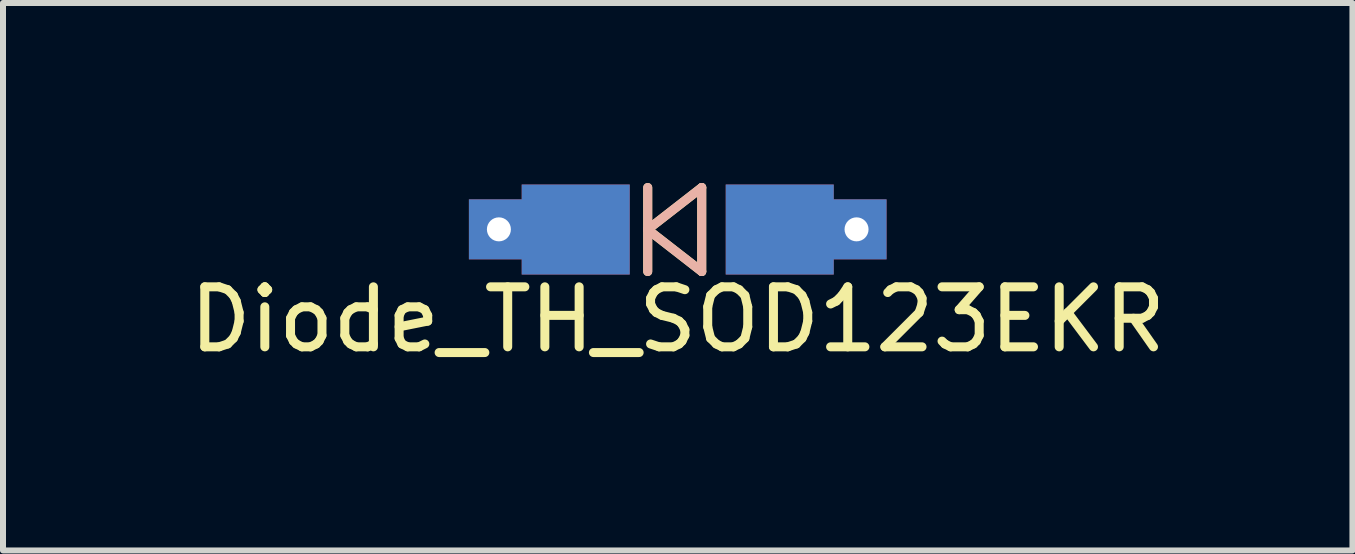
<source format=kicad_pcb>
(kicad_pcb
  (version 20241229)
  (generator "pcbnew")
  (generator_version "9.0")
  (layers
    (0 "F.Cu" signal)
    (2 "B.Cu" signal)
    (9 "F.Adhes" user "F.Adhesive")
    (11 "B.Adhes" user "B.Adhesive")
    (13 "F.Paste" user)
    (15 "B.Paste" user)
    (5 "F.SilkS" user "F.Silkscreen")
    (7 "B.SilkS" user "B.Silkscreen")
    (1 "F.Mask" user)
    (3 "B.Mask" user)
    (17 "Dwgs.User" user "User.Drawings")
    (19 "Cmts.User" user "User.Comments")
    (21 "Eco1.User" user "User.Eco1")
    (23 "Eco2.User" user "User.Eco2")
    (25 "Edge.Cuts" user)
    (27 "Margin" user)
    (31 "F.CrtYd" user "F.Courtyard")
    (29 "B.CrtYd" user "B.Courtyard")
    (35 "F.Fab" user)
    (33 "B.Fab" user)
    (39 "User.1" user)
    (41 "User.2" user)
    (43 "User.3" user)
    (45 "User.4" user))
  (footprint "Diode_TH_SOD123EKR"
    (placed yes)
    (layer "F.Cu")
    (at 8.244 0.775)
    (property "Reference" "Diode_TH_SOD123EKR" (at 0 1.5 0) (layer "F.SilkS") (effects (font (size 1 1) (thickness 0.15))))
    (attr through_hole)
    (fp_line (start -0.5 -0.7) (end -0.5 0.7) (stroke (width 0.15) (type solid)) (layer "F.SilkS"))
    (fp_line (start -0.5 0) (end 0.4 -0.7) (stroke (width 0.15) (type solid)) (layer "F.SilkS"))
    (fp_line (start 0.4 -0.7) (end 0.4 0.7) (stroke (width 0.15) (type solid)) (layer "F.SilkS"))
    (fp_line (start 0.4 0.7) (end -0.5 0) (stroke (width 0.15) (type solid)) (layer "F.SilkS"))
    (fp_line (start -0.5 -0.7) (end -0.5 0.7) (stroke (width 0.15) (type solid)) (layer "B.SilkS"))
    (fp_line (start -0.5 0) (end 0.4 -0.7) (stroke (width 0.15) (type solid)) (layer "B.SilkS"))
    (fp_line (start 0.4 -0.7) (end 0.4 0.7) (stroke (width 0.15) (type solid)) (layer "B.SilkS"))
    (fp_line (start 0.4 0.7) (end -0.5 0) (stroke (width 0.15) (type solid)) (layer "B.SilkS"))
    (pad "1" thru_hole rect (at -2.98 -0.003 180) (size 1 1) (drill 0.4) (layers "*.Cu" "*.Mask"))
    (pad "1" smd rect (at -1.7 0) (size 1.8 1.5) (layers "F.Cu" "F.Mask" "F.Paste"))
    (pad "1" smd rect (at -1.7 0) (size 1.8 1.5) (layers "B.Cu" "B.Mask" "B.Paste"))
    (pad "2" smd rect (at 1.7 0) (size 1.8 1.5) (layers "F.Cu" "F.Mask" "F.Paste"))
    (pad "2" smd rect (at 1.7 0) (size 1.8 1.5) (layers "B.Cu" "B.Mask" "B.Paste"))
    (pad "2" thru_hole rect (at 2.98 -0.003 180) (size 1 1) (drill 0.4) (layers "*.Cu" "*.Mask")))
  (gr_rect
    (start -3 -3)
    (end 19.488 6.123)
    (stroke (width 0.1) (type default))
    (fill no)
    (layer "Edge.Cuts")))
</source>
